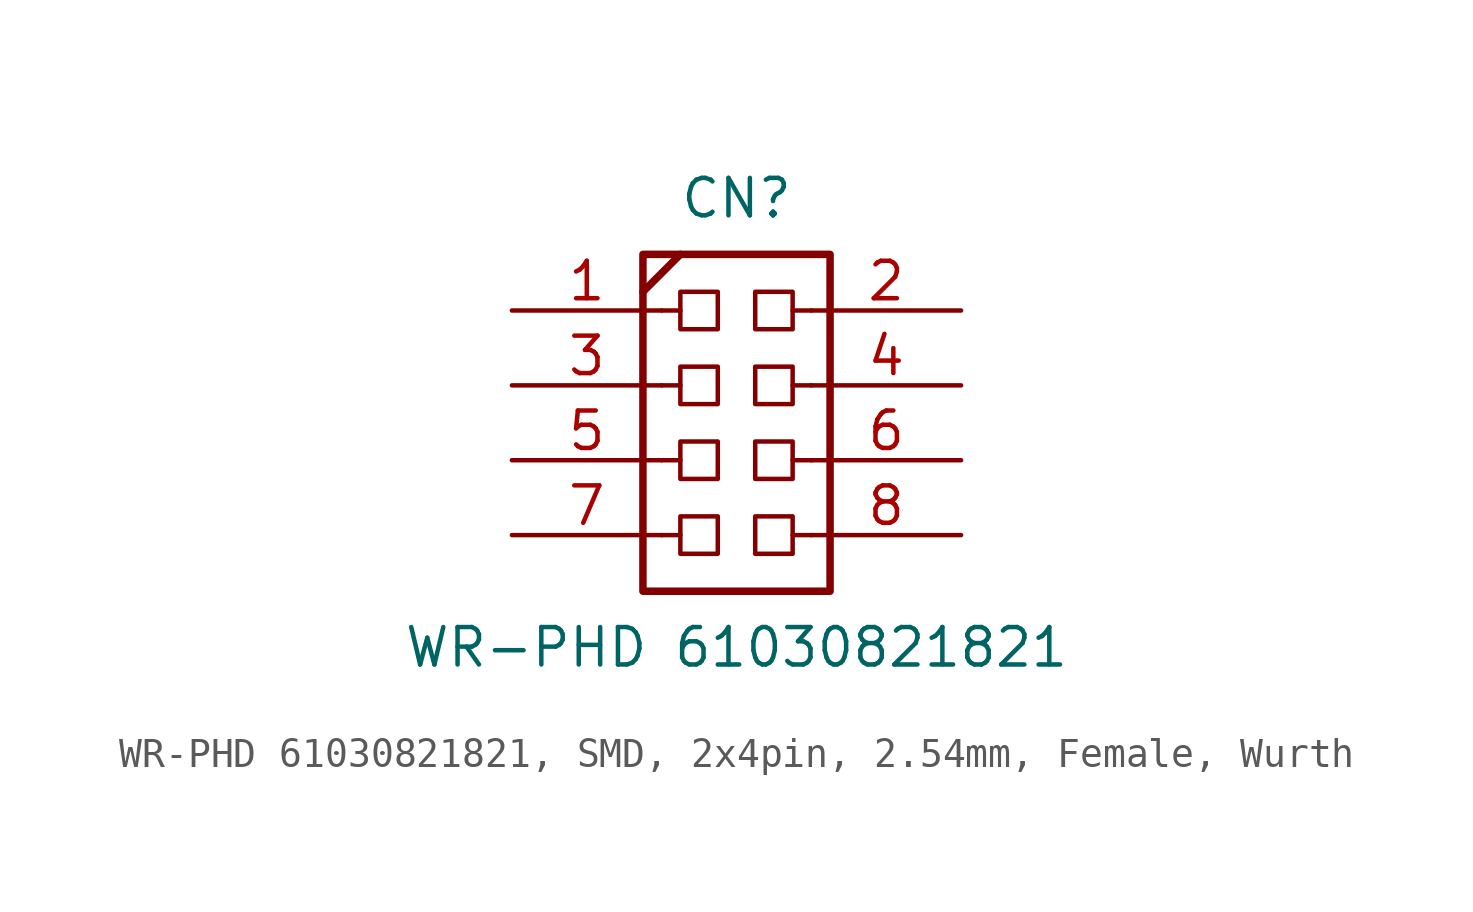
<source format=kicad_sym>
(kicad_symbol_lib
  (version 20241209)
  (generator "kicad_symbol_editor")
  (generator_version "9.0")
  (symbol "WR-PHD 61030821821, SMD, 2x4pin, 2.54mm, Female, Wurth"
    (pin_names
      (offset 1.016)
      (hide yes))
    (property "Reference" "CN"
      (at 0 6.35 0)
      (effects (font (size 1.27 1.27))))
    (property "Value" "WR-PHD 61030821821"
      (at 0 -8.89 0)
      (effects (font (size 1.27 1.27))))
    (symbol "WR-PHD 61030821821, SMD, 2x4pin, 2.54mm, Female, Wurth_1_0"
      (polyline (pts (xy -3.175 3.175) (xy -1.905 4.445)) (stroke (width 0.254) (type default)) (fill (type none)))
      (polyline (pts (xy -2.54 2.54) (xy -1.905 2.54)) (stroke (width 0) (type default)) (fill (type none)))
      (polyline (pts (xy -2.54 0) (xy -1.905 0)) (stroke (width 0) (type default)) (fill (type none)))
      (polyline (pts (xy -2.54 -2.54) (xy -1.905 -2.54)) (stroke (width 0) (type default)) (fill (type none)))
      (polyline (pts (xy -2.54 -5.08) (xy -1.905 -5.08)) (stroke (width 0) (type default)) (fill (type none)))
      (polyline (pts (xy 2.54 2.54) (xy 1.905 2.54)) (stroke (width 0) (type default)) (fill (type none)))
      (polyline (pts (xy 2.54 0) (xy 1.905 0)) (stroke (width 0) (type default)) (fill (type none)))
      (polyline (pts (xy 2.54 -2.54) (xy 1.905 -2.54)) (stroke (width 0) (type default)) (fill (type none)))
      (polyline (pts (xy 2.54 -5.08) (xy 1.905 -5.08)) (stroke (width 0) (type default)) (fill (type none))))
    (symbol "WR-PHD 61030821821, SMD, 2x4pin, 2.54mm, Female, Wurth_1_1"
      (rectangle (start -3.175 4.445) (end 3.175 -6.985) (stroke (width 0.254) (type default)) (fill (type none)))
      (rectangle (start -1.905 3.175) (end -0.635 1.905) (stroke (width 0) (type default)) (fill (type none)))
      (rectangle (start -1.905 0.635) (end -0.635 -0.635) (stroke (width 0) (type default)) (fill (type none)))
      (rectangle (start -1.905 -1.905) (end -0.635 -3.175) (stroke (width 0) (type default)) (fill (type none)))
      (rectangle (start -1.905 -5.715) (end -0.635 -4.445) (stroke (width 0) (type default)) (fill (type none)))
      (rectangle (start 0.635 3.175) (end 1.905 1.905) (stroke (width 0) (type default)) (fill (type none)))
      (rectangle (start 0.635 0.635) (end 1.905 -0.635) (stroke (width 0) (type default)) (fill (type none)))
      (rectangle (start 0.635 -1.905) (end 1.905 -3.175) (stroke (width 0) (type default)) (fill (type none)))
      (rectangle (start 0.635 -4.445) (end 1.905 -5.715) (stroke (width 0) (type default)) (fill (type none)))
      (pin passive line (at -7.62 2.54 0) (length 5.08) (name "1" (effects (font (size 1.27 1.27)))) (number "1" (effects (font (size 1.27 1.27)))))
      (pin passive line (at -7.62 0 0) (length 5.08) (name "3" (effects (font (size 1.27 1.27)))) (number "3" (effects (font (size 1.27 1.27)))))
      (pin passive line (at -7.62 -2.54 0) (length 5.08) (name "5" (effects (font (size 1.27 1.27)))) (number "5" (effects (font (size 1.27 1.27)))))
      (pin passive line (at -7.62 -5.08 0) (length 5.08) (name "7" (effects (font (size 1.27 1.27)))) (number "7" (effects (font (size 1.27 1.27)))))
      (pin passive line (at 7.62 2.54 180) (length 5.08) (name "2" (effects (font (size 1.27 1.27)))) (number "2" (effects (font (size 1.27 1.27)))))
      (pin passive line (at 7.62 0 180) (length 5.08) (name "4" (effects (font (size 1.27 1.27)))) (number "4" (effects (font (size 1.27 1.27)))))
      (pin passive line (at 7.62 -2.54 180) (length 5.08) (name "6" (effects (font (size 1.27 1.27)))) (number "6" (effects (font (size 1.27 1.27)))))
      (pin passive line (at 7.62 -5.08 180) (length 5.08) (name "8" (effects (font (size 1.27 1.27)))) (number "8" (effects (font (size 1.27 1.27))))))))
</source>
